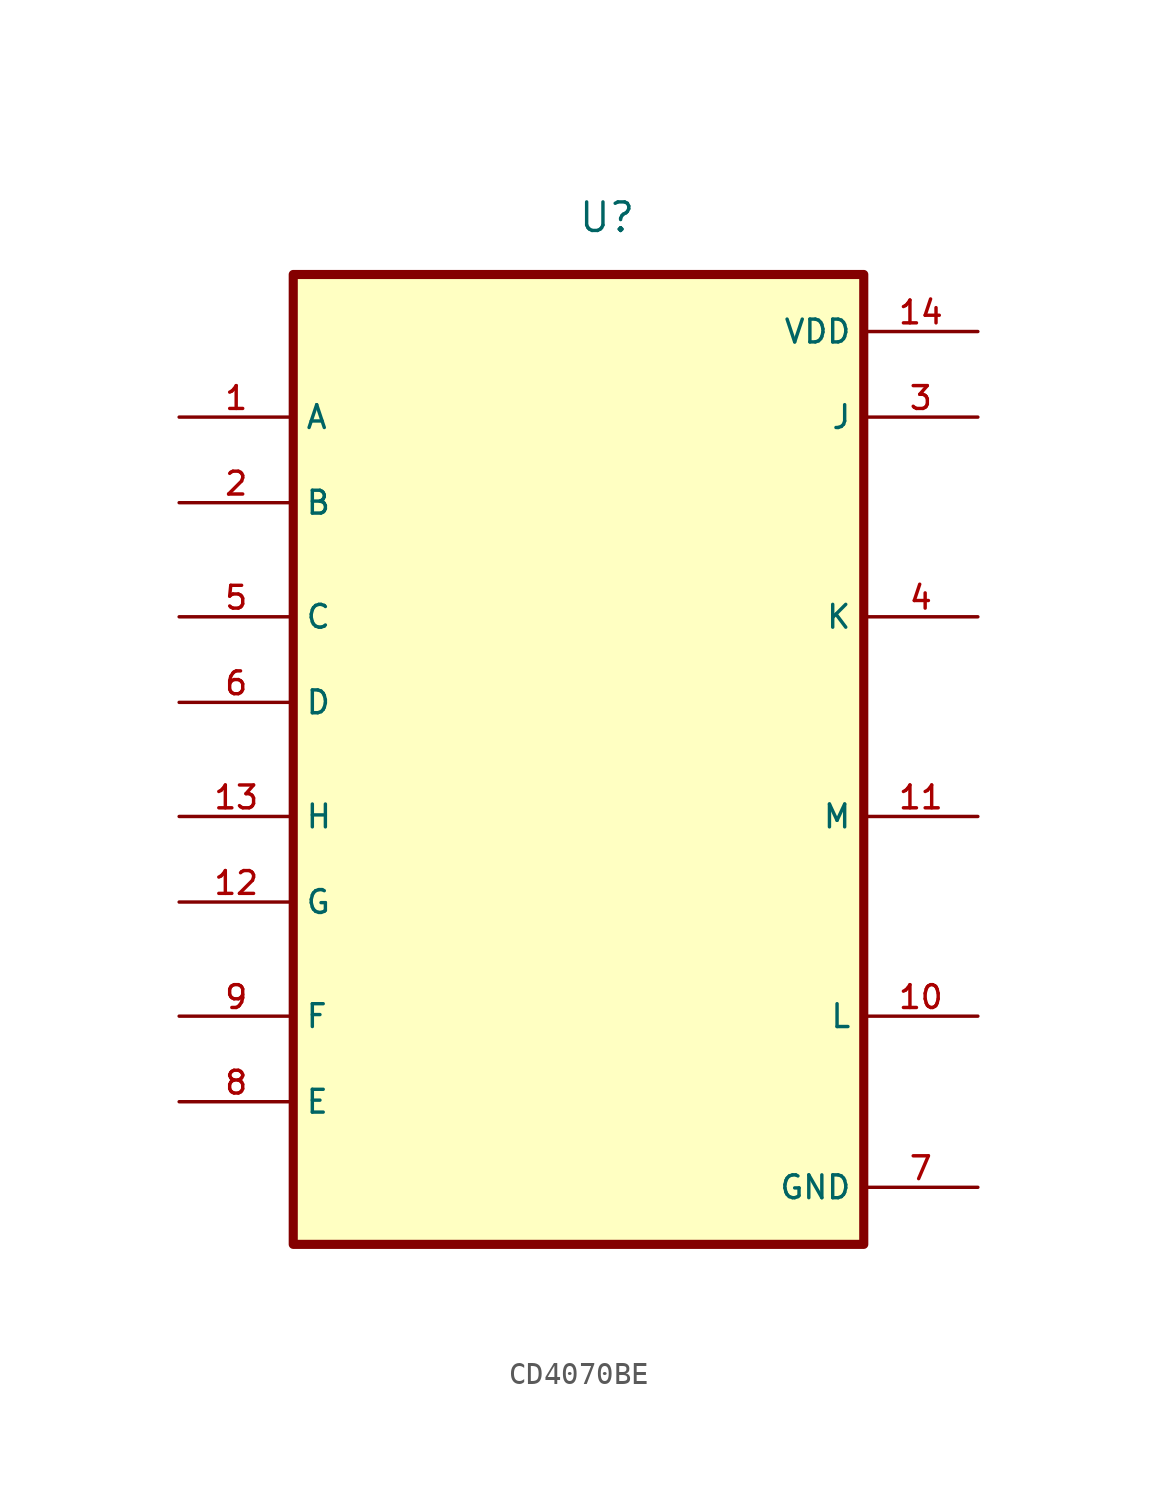
<source format=kicad_sym>
(kicad_symbol_lib
  (version 20220914)
  (generator kicad_symbol_editor)
  (symbol "CD4070BE"
    (property "Reference" "U"
      (at 1.27 22.86 0)
      (effects (font (size 1.27 1.27))))
    (property "Value" ""
      (at 0 0 0)
      (effects (font (size 1.27 1.27))))
    (symbol "CD4070BE_0_0"
      (rectangle (start -12.7 20.32) (end 12.7 -22.86) (stroke (width 0.406) (type default)) (fill (type background))))
    (symbol "CD4070BE_1_0"
      (pin input line (at -17.78 13.97 0) (length 5.08) (name "A" (effects (font (size 1.016 1.016)))) (number "1" (effects (font (size 1.016 1.016)))))
      (pin output line (at 17.78 -12.7 180) (length 5.08) (name "L" (effects (font (size 1.016 1.016)))) (number "10" (effects (font (size 1.016 1.016)))))
      (pin output line (at 17.78 -3.81 180) (length 5.08) (name "M" (effects (font (size 1.016 1.016)))) (number "11" (effects (font (size 1.016 1.016)))))
      (pin input line (at -17.78 -7.62 0) (length 5.08) (name "G" (effects (font (size 1.016 1.016)))) (number "12" (effects (font (size 1.016 1.016)))))
      (pin input line (at -17.78 -3.81 0) (length 5.08) (name "H" (effects (font (size 1.016 1.016)))) (number "13" (effects (font (size 1.016 1.016)))))
      (pin power_in line (at 17.78 17.78 180) (length 5.08) (name "VDD" (effects (font (size 1.016 1.016)))) (number "14" (effects (font (size 1.016 1.016)))))
      (pin input line (at -17.78 10.16 0) (length 5.08) (name "B" (effects (font (size 1.016 1.016)))) (number "2" (effects (font (size 1.016 1.016)))))
      (pin output line (at 17.78 13.97 180) (length 5.08) (name "J" (effects (font (size 1.016 1.016)))) (number "3" (effects (font (size 1.016 1.016)))))
      (pin output line (at 17.78 5.08 180) (length 5.08) (name "K" (effects (font (size 1.016 1.016)))) (number "4" (effects (font (size 1.016 1.016)))))
      (pin input line (at -17.78 5.08 0) (length 5.08) (name "C" (effects (font (size 1.016 1.016)))) (number "5" (effects (font (size 1.016 1.016)))))
      (pin input line (at -17.78 1.27 0) (length 5.08) (name "D" (effects (font (size 1.016 1.016)))) (number "6" (effects (font (size 1.016 1.016)))))
      (pin passive line (at 17.78 -20.32 180) (length 5.08) (name "GND" (effects (font (size 1.016 1.016)))) (number "7" (effects (font (size 1.016 1.016)))))
      (pin input line (at -17.78 -16.51 0) (length 5.08) (name "E" (effects (font (size 1.016 1.016)))) (number "8" (effects (font (size 1.016 1.016)))))
      (pin input line (at -17.78 -12.7 0) (length 5.08) (name "F" (effects (font (size 1.016 1.016)))) (number "9" (effects (font (size 1.016 1.016))))))))
</source>
